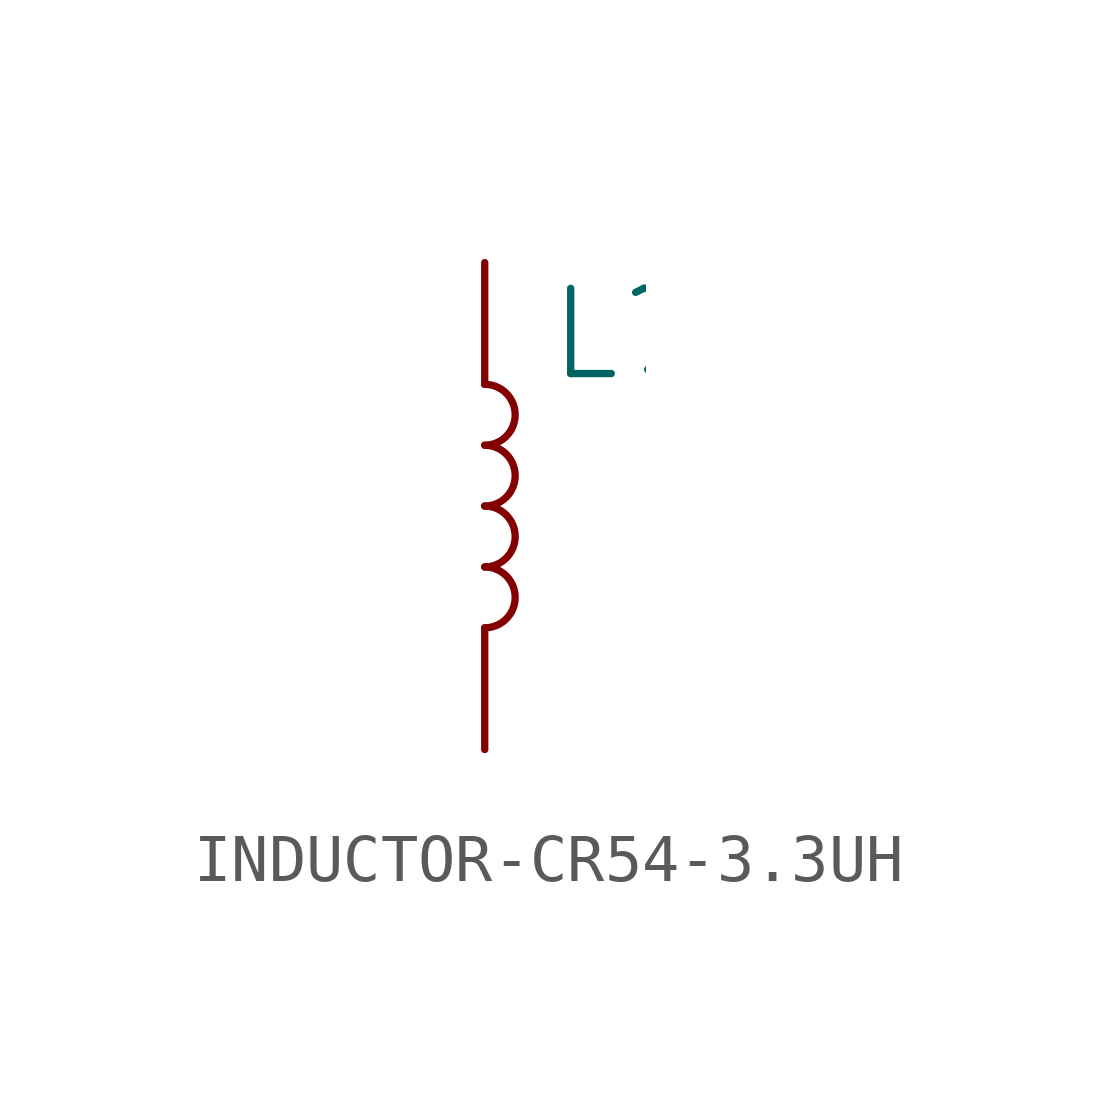
<source format=kicad_sym>
(kicad_symbol_lib
  (version 20220914)
  (generator kicad_symbol_editor)
  (symbol "INDUCTOR-CR54-3.3UH"
    (property "Reference" "L"
      (at 1.27 2.54 0)
      (effects (font (size 1.778 1.778)) (justify left bottom)))
    (property "Value" ""
      (at 1.27 -2.54 0)
      (effects (font (size 1.778 1.778)) (justify left top)))
    (property "ki_locked" ""
      (at 0 0 0)
      (effects (font (size 1.27 1.27))))
    (symbol "INDUCTOR-CR54-3.3UH_1_0"
      (arc (start 0 -2.54) (mid 0.6323 -1.905) (end 0 -1.27) (stroke (width 0.1524) (type solid)) (fill (type none)))
      (arc (start 0 -1.27) (mid 0.6323 -0.635) (end 0 0) (stroke (width 0.1524) (type solid)) (fill (type none)))
      (arc (start 0 0) (mid 0.6323 0.635) (end 0 1.27) (stroke (width 0.1524) (type solid)) (fill (type none)))
      (arc (start 0 1.27) (mid 0.6323 1.905) (end 0 2.54) (stroke (width 0.1524) (type solid)) (fill (type none)))
      (pin passive line (at 0 5.08 270) (length 2.54) (name "1" (effects (font (size 0 0)))) (number "P$1" (effects (font (size 0 0)))))
      (pin passive line (at 0 -5.08 90) (length 2.54) (name "2" (effects (font (size 0 0)))) (number "P$2" (effects (font (size 0 0))))))))
</source>
